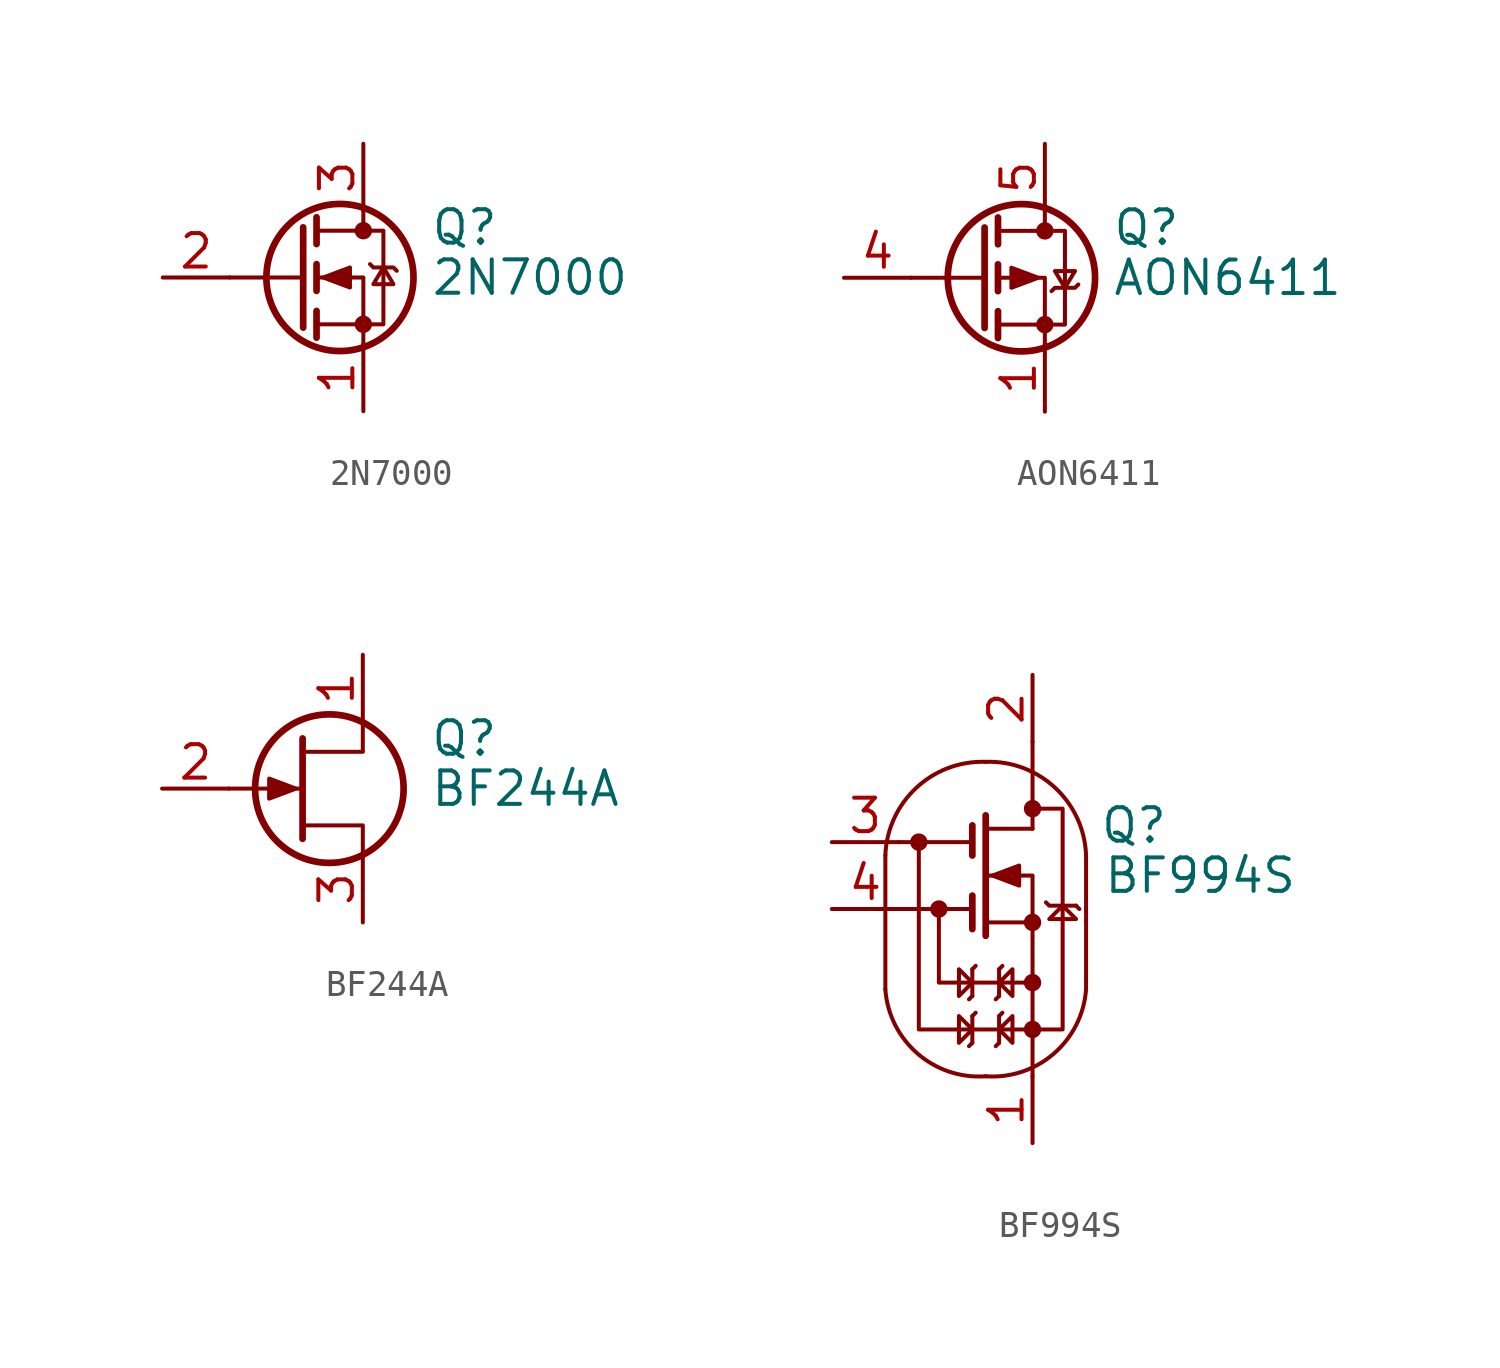
<source format=kicad_sym>
(kicad_symbol_lib
  (version 20241209)
  (generator "kicad_symbol_editor")
  (generator_version "9.0")
  (symbol "2N7000"
    (pin_names
      (hide yes))
    (property "Reference" "Q"
      (at 5.08 1.905 0)
      (effects (font (size 1.27 1.27)) (justify left)))
    (property "Value" "2N7000"
      (at 5.08 0 0)
      (effects (font (size 1.27 1.27)) (justify left)))
    (symbol "2N7000_0_1"
      (polyline (pts (xy 0.254 1.905) (xy 0.254 -1.905)) (stroke (width 0.254) (type default)) (fill (type none)))
      (polyline (pts (xy 0.254 0) (xy -2.54 0)) (stroke (width 0) (type default)) (fill (type none)))
      (polyline (pts (xy 0.762 2.286) (xy 0.762 1.27)) (stroke (width 0.254) (type default)) (fill (type none)))
      (polyline (pts (xy 0.762 0.508) (xy 0.762 -0.508)) (stroke (width 0.254) (type default)) (fill (type none)))
      (polyline (pts (xy 0.762 -1.27) (xy 0.762 -2.286)) (stroke (width 0.254) (type default)) (fill (type none)))
      (polyline (pts (xy 0.762 -1.778) (xy 3.302 -1.778) (xy 3.302 1.778) (xy 0.762 1.778)) (stroke (width 0) (type default)) (fill (type none)))
      (polyline (pts (xy 1.016 0) (xy 2.032 0.381) (xy 2.032 -0.381) (xy 1.016 0)) (stroke (width 0) (type default)) (fill (type outline)))
      (circle (center 1.651 0) (radius 2.794) (stroke (width 0.254) (type default)) (fill (type none)))
      (polyline (pts (xy 2.54 2.54) (xy 2.54 1.778)) (stroke (width 0) (type default)) (fill (type none)))
      (circle (center 2.54 1.778) (radius 0.254) (stroke (width 0) (type default)) (fill (type outline)))
      (circle (center 2.54 -1.778) (radius 0.254) (stroke (width 0) (type default)) (fill (type outline)))
      (polyline (pts (xy 2.54 -2.54) (xy 2.54 0) (xy 0.762 0)) (stroke (width 0) (type default)) (fill (type none)))
      (polyline (pts (xy 2.794 0.508) (xy 2.921 0.381) (xy 3.683 0.381) (xy 3.81 0.254)) (stroke (width 0) (type default)) (fill (type none)))
      (polyline (pts (xy 3.302 0.381) (xy 2.921 -0.254) (xy 3.683 -0.254) (xy 3.302 0.381)) (stroke (width 0) (type default)) (fill (type none))))
    (symbol "2N7000_1_1"
      (pin input line (at -5.08 0 0) (length 2.54) (name "G" (effects (font (size 1.27 1.27)))) (number "2" (effects (font (size 1.27 1.27)))))
      (pin passive line (at 2.54 5.08 270) (length 2.54) (name "D" (effects (font (size 1.27 1.27)))) (number "3" (effects (font (size 1.27 1.27)))))
      (pin passive line (at 2.54 -5.08 90) (length 2.54) (name "S" (effects (font (size 1.27 1.27)))) (number "1" (effects (font (size 1.27 1.27)))))))
  (symbol "AON6411"
    (pin_names
      (hide yes))
    (property "Reference" "Q"
      (at 5.08 1.905 0)
      (effects (font (size 1.27 1.27)) (justify left)))
    (property "Value" "AON6411"
      (at 5.08 0 0)
      (effects (font (size 1.27 1.27)) (justify left)))
    (symbol "AON6411_0_1"
      (polyline (pts (xy 0.254 1.905) (xy 0.254 -1.905)) (stroke (width 0.254) (type default)) (fill (type none)))
      (polyline (pts (xy 0.254 0) (xy -2.54 0)) (stroke (width 0) (type default)) (fill (type none)))
      (polyline (pts (xy 0.762 2.286) (xy 0.762 1.27)) (stroke (width 0.254) (type default)) (fill (type none)))
      (polyline (pts (xy 0.762 1.778) (xy 3.302 1.778) (xy 3.302 -1.778) (xy 0.762 -1.778)) (stroke (width 0) (type default)) (fill (type none)))
      (polyline (pts (xy 0.762 0.508) (xy 0.762 -0.508)) (stroke (width 0.254) (type default)) (fill (type none)))
      (polyline (pts (xy 0.762 -1.27) (xy 0.762 -2.286)) (stroke (width 0.254) (type default)) (fill (type none)))
      (circle (center 1.651 0) (radius 2.794) (stroke (width 0.254) (type default)) (fill (type none)))
      (polyline (pts (xy 2.286 0) (xy 1.27 0.381) (xy 1.27 -0.381) (xy 2.286 0)) (stroke (width 0) (type default)) (fill (type outline)))
      (polyline (pts (xy 2.54 2.54) (xy 2.54 1.778)) (stroke (width 0) (type default)) (fill (type none)))
      (circle (center 2.54 1.778) (radius 0.254) (stroke (width 0) (type default)) (fill (type outline)))
      (circle (center 2.54 -1.778) (radius 0.254) (stroke (width 0) (type default)) (fill (type outline)))
      (polyline (pts (xy 2.54 -2.54) (xy 2.54 0) (xy 0.762 0)) (stroke (width 0) (type default)) (fill (type none)))
      (polyline (pts (xy 2.794 -0.508) (xy 2.921 -0.381) (xy 3.683 -0.381) (xy 3.81 -0.254)) (stroke (width 0) (type default)) (fill (type none)))
      (polyline (pts (xy 3.302 -0.381) (xy 2.921 0.254) (xy 3.683 0.254) (xy 3.302 -0.381)) (stroke (width 0) (type default)) (fill (type none))))
    (symbol "AON6411_1_1"
      (pin input line (at -5.08 0 0) (length 2.54) (name "G" (effects (font (size 1.27 1.27)))) (number "4" (effects (font (size 1.27 1.27)))))
      (pin passive line (at 2.54 5.08 270) (length 2.54) (name "D" (effects (font (size 1.27 1.27)))) (number "5" (effects (font (size 1.27 1.27)))))
      (pin passive line (at 2.54 -5.08 90) (length 2.54) (name "S" (effects (font (size 1.27 1.27)))) (number "1" (effects (font (size 1.27 1.27)))))
      (pin passive line (at 2.54 -5.08 90) (length 2.54) (hide yes) (name "S" (effects (font (size 1.27 1.27)))) (number "2" (effects (font (size 1.27 1.27)))))
      (pin passive line (at 2.54 -5.08 90) (length 2.54) (hide yes) (name "S" (effects (font (size 1.27 1.27)))) (number "3" (effects (font (size 1.27 1.27)))))))
  (symbol "BF244A"
    (pin_names
      (hide yes))
    (property "Reference" "Q"
      (at 5.08 1.905 0)
      (effects (font (size 1.27 1.27)) (justify left)))
    (property "Value" "BF244A"
      (at 5.08 0 0)
      (effects (font (size 1.27 1.27)) (justify left)))
    (symbol "BF244A_0_1"
      (polyline (pts (xy 0 0) (xy -1.016 0.381) (xy -1.016 -0.381) (xy 0 0)) (stroke (width 0) (type default)) (fill (type outline)))
      (polyline (pts (xy 0.254 1.905) (xy 0.254 -1.905)) (stroke (width 0.254) (type default)) (fill (type none)))
      (polyline (pts (xy 0.254 0) (xy -2.54 0)) (stroke (width 0) (type default)) (fill (type none)))
      (circle (center 1.27 0) (radius 2.819) (stroke (width 0.254) (type default)) (fill (type none)))
      (polyline (pts (xy 2.54 2.54) (xy 2.54 1.397) (xy 0.254 1.397)) (stroke (width 0) (type default)) (fill (type none)))
      (polyline (pts (xy 2.54 -2.54) (xy 2.54 -1.397) (xy 0.254 -1.397)) (stroke (width 0) (type default)) (fill (type none))))
    (symbol "BF244A_1_1"
      (pin input line (at -5.08 0 0) (length 2.54) (name "G" (effects (font (size 1.27 1.27)))) (number "2" (effects (font (size 1.27 1.27)))))
      (pin passive line (at 2.54 5.08 270) (length 2.54) (name "D" (effects (font (size 1.27 1.27)))) (number "1" (effects (font (size 1.27 1.27)))))
      (pin passive line (at 2.54 -5.08 90) (length 2.54) (name "S" (effects (font (size 1.27 1.27)))) (number "3" (effects (font (size 1.27 1.27)))))))
  (symbol "BF994S"
    (pin_names
      (hide yes))
    (property "Reference" "Q"
      (at 5.08 3.175 0)
      (effects (font (size 1.27 1.27)) (justify left)))
    (property "Value" "BF994S"
      (at 5.207 1.27 0)
      (effects (font (size 1.27 1.27)) (justify left)))
    (symbol "BF994S_0_1"
      (circle (center -1.778 2.54) (radius 0.254) (stroke (width 0) (type default)) (fill (type outline)))
      (circle (center -1.016 0) (radius 0.254) (stroke (width 0) (type default)) (fill (type outline)))
      (polyline (pts (xy 0.254 3.175) (xy 0.254 2.032)) (stroke (width 0.254) (type default)) (fill (type none)))
      (polyline (pts (xy 0.254 2.54) (xy -2.54 2.54)) (stroke (width 0) (type default)) (fill (type none)))
      (polyline (pts (xy 0.254 0.508) (xy 0.254 -0.762)) (stroke (width 0.254) (type default)) (fill (type none)))
      (polyline (pts (xy 0.254 0) (xy -2.54 0)) (stroke (width 0) (type default)) (fill (type none)))
      (polyline (pts (xy 0.254 -2.286) (xy 0.254 -3.302)) (stroke (width 0) (type default)) (fill (type none)))
      (polyline (pts (xy 0.254 -2.794) (xy -0.254 -2.286) (xy -0.254 -3.302) (xy 0.254 -2.794)) (stroke (width 0) (type default)) (fill (type none)))
      (polyline (pts (xy 0.254 -3.302) (xy 0.127 -3.429)) (stroke (width 0) (type default)) (fill (type none)))
      (polyline (pts (xy 0.254 -4.064) (xy 0.254 -5.08)) (stroke (width 0) (type default)) (fill (type none)))
      (polyline (pts (xy 0.254 -4.572) (xy -0.254 -4.064) (xy -0.254 -5.08) (xy 0.254 -4.572)) (stroke (width 0) (type default)) (fill (type none)))
      (polyline (pts (xy 0.254 -5.08) (xy 0.127 -5.207)) (stroke (width 0) (type default)) (fill (type none)))
      (polyline (pts (xy 0.381 -2.159) (xy 0.254 -2.286)) (stroke (width 0) (type default)) (fill (type none)))
      (polyline (pts (xy 0.381 -3.937) (xy 0.254 -4.064)) (stroke (width 0) (type default)) (fill (type none)))
      (polyline (pts (xy 0.762 3.556) (xy 0.762 -1.016)) (stroke (width 0.254) (type default)) (fill (type none)))
      (polyline (pts (xy 0.762 3.048) (xy 2.54 3.048)) (stroke (width 0) (type default)) (fill (type none)))
      (polyline (pts (xy 0.762 -0.508) (xy 2.54 -0.508)) (stroke (width 0) (type default)) (fill (type none)))
      (polyline (pts (xy 1.016 1.27) (xy 2.032 1.651) (xy 2.032 0.889) (xy 1.016 1.27)) (stroke (width 0) (type default)) (fill (type outline)))
      (polyline (pts (xy 1.27 -2.286) (xy 1.27 -3.302)) (stroke (width 0) (type default)) (fill (type none)))
      (polyline (pts (xy 1.27 -2.794) (xy 1.778 -2.286) (xy 1.778 -3.302) (xy 1.27 -2.794)) (stroke (width 0) (type default)) (fill (type none)))
      (polyline (pts (xy 1.27 -3.302) (xy 1.143 -3.429)) (stroke (width 0) (type default)) (fill (type none)))
      (polyline (pts (xy 1.27 -4.064) (xy 1.27 -5.08)) (stroke (width 0) (type default)) (fill (type none)))
      (polyline (pts (xy 1.27 -4.572) (xy 1.778 -4.064) (xy 1.778 -5.08) (xy 1.27 -4.572)) (stroke (width 0) (type default)) (fill (type none)))
      (polyline (pts (xy 1.27 -5.08) (xy 1.143 -5.207)) (stroke (width 0) (type default)) (fill (type none)))
      (polyline (pts (xy 1.397 -2.159) (xy 1.27 -2.286)) (stroke (width 0) (type default)) (fill (type none)))
      (polyline (pts (xy 1.397 -3.937) (xy 1.27 -4.064)) (stroke (width 0) (type default)) (fill (type none)))
      (polyline (pts (xy 2.54 6.35) (xy 2.54 3.048)) (stroke (width 0) (type default)) (fill (type none)))
      (circle (center 2.54 3.81) (radius 0.254) (stroke (width 0) (type default)) (fill (type outline)))
      (circle (center 2.54 -0.508) (radius 0.254) (stroke (width 0) (type default)) (fill (type outline)))
      (polyline (pts (xy 2.54 -2.794) (xy -1.016 -2.794) (xy -1.016 0)) (stroke (width 0) (type default)) (fill (type none)))
      (circle (center 2.54 -2.794) (radius 0.254) (stroke (width 0) (type default)) (fill (type outline)))
      (circle (center 2.54 -4.572) (radius 0.254) (stroke (width 0) (type default)) (fill (type outline)))
      (polyline (pts (xy 2.54 -6.35) (xy 2.54 1.27) (xy 0.762 1.27)) (stroke (width 0) (type default)) (fill (type none)))
      (polyline (pts (xy 2.794 -4.572) (xy 3.683 -4.572) (xy 3.683 3.81) (xy 2.794 3.81)) (stroke (width 0) (type default)) (fill (type none)))
      (polyline (pts (xy 3.683 0.127) (xy 4.191 -0.381) (xy 3.175 -0.381) (xy 3.683 0.127)) (stroke (width 0) (type default)) (fill (type none)))
      (polyline (pts (xy 4.191 0.127) (xy 4.318 0)) (stroke (width 0) (type default)) (fill (type none)))
      (polyline (pts (xy 4.191 0.127) (xy 3.175 0.127) (xy 3.048 0.254)) (stroke (width 0) (type default)) (fill (type none))))
    (symbol "BF994S_1_1"
      (polyline (pts (xy -3.048 -3.048) (xy -3.048 2.032)) (stroke (width 0) (type default)) (fill (type none)))
      (arc (start 0.762 -6.35) (mid -1.8266 -5.4878) (end -3.048 -3.048) (stroke (width 0) (type default)) (fill (type none)))
      (arc (start -3.048 2.032) (mid -1.8782 4.5977) (end 0.762 5.588) (stroke (width 0) (type default)) (fill (type none)))
      (arc (start 0.762 5.588) (mid 3.4031 4.5987) (end 4.572 2.032) (stroke (width 0) (type default)) (fill (type none)))
      (arc (start 4.572 -3.048) (mid 3.3505 -5.4877) (end 0.762 -6.35) (stroke (width 0) (type default)) (fill (type none)))
      (polyline (pts (xy 2.54 -4.572) (xy -1.778 -4.572) (xy -1.778 2.54)) (stroke (width 0) (type default)) (fill (type none)))
      (polyline (pts (xy 4.572 2.032) (xy 4.572 -3.048)) (stroke (width 0) (type default)) (fill (type none)))
      (pin input line (at -5.08 2.54 0) (length 2.54) (name "G2" (effects (font (size 1.27 1.27)))) (number "3" (effects (font (size 1.27 1.27)))))
      (pin input line (at -5.08 0 0) (length 2.54) (name "G1" (effects (font (size 1.27 1.27)))) (number "4" (effects (font (size 1.27 1.27)))))
      (pin passive line (at 2.54 8.89 270) (length 2.54) (name "D" (effects (font (size 1.27 1.27)))) (number "2" (effects (font (size 1.27 1.27)))))
      (pin passive line (at 2.54 -8.89 90) (length 2.54) (name "S" (effects (font (size 1.27 1.27)))) (number "1" (effects (font (size 1.27 1.27))))))))
</source>
